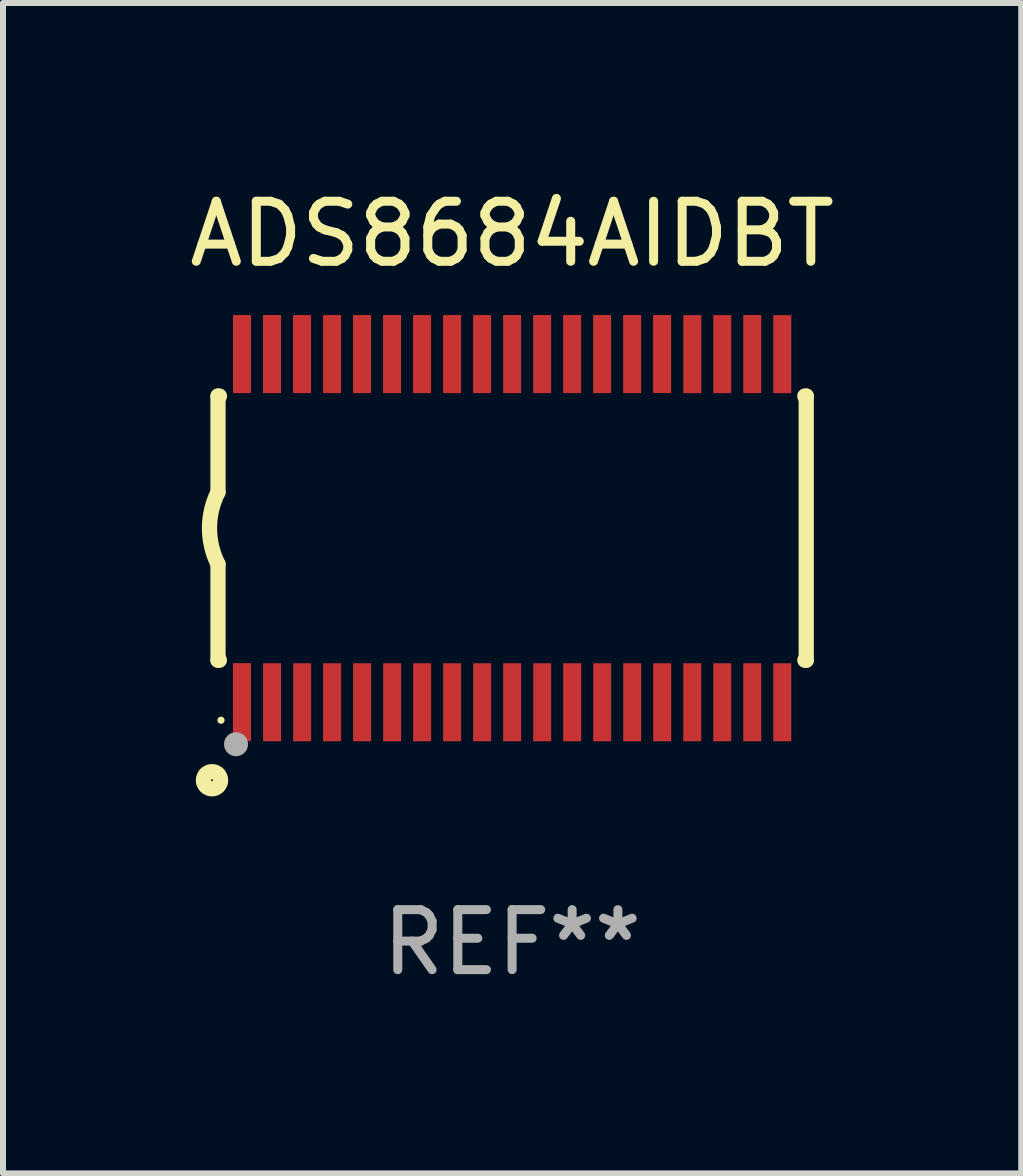
<source format=kicad_pcb>
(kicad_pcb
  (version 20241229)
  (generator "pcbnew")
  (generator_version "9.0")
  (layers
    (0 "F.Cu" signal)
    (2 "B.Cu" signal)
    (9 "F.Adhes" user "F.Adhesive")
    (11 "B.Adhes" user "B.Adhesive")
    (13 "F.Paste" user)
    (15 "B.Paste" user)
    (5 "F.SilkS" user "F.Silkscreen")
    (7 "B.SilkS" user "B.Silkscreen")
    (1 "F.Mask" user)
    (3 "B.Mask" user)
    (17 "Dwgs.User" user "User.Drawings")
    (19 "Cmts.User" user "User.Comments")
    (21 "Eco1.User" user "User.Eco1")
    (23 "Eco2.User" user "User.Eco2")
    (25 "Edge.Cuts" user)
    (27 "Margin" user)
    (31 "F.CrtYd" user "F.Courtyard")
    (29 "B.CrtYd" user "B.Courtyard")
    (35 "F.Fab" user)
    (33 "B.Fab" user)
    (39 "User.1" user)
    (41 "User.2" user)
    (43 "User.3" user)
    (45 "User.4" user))
  (footprint "ADS8684AIDBT"
    (layer "F.Cu")
    (at 5.482 5.749)
    (property "Reference" "ADS8684AIDBT" (at 0 -4.901 0) (layer "F.SilkS") (effects (font (size 1 1) (thickness 0.15))))
    (attr through_hole)
    (fp_line (start -4.9 -2.2) (end -4.9 -0.6) (stroke (width 0.254) (type solid)) (layer "F.SilkS"))
    (fp_line (start -4.9 -2.2) (end -4.876 -2.2) (stroke (width 0.254) (type solid)) (layer "F.SilkS"))
    (fp_line (start -4.9 2.2) (end -4.9 0.6) (stroke (width 0.254) (type solid)) (layer "F.SilkS"))
    (fp_line (start -4.9 2.2) (end -4.877 2.2) (stroke (width 0.254) (type solid)) (layer "F.SilkS"))
    (fp_line (start 4.876 -2.2) (end 4.9 -2.2) (stroke (width 0.254) (type solid)) (layer "F.SilkS"))
    (fp_line (start 4.877 2.2) (end 4.9 2.2) (stroke (width 0.254) (type solid)) (layer "F.SilkS"))
    (fp_line (start 4.9 -2.2) (end 4.9 2.2) (stroke (width 0.254) (type solid)) (layer "F.SilkS"))
    (fp_arc (start -4.900051 0.599822) (mid -5.041652 -0.000095) (end -4.9 -0.6) (stroke (width 0.254001) (type solid)) (layer "F.SilkS"))
    (fp_circle (center -5 4.2) (end -4.857 4.2) (stroke (width 0.254) (type solid)) (fill no) (layer "F.SilkS"))
    (fp_circle (center -4.85 3.2) (end -4.82 3.2) (stroke (width 0.06) (type solid)) (fill no) (layer "F.SilkS"))
    (fp_circle (center -4.6 3.6) (end -4.5 3.6) (stroke (width 0.2) (type solid)) (fill no) (layer "F.Fab"))
    (fp_text user "REF**" (at 0 6.901 0) (layer "F.Fab") (effects (font (size 1 1) (thickness 0.15))))
    (pad "1" smd rect (at -4.501 2.899 90) (size 1.3 0.3) (layers "F.Cu" "F.Mask" "F.Paste"))
    (pad "2" smd rect (at -3.999 2.901 90) (size 1.3 0.3) (layers "F.Cu" "F.Mask" "F.Paste"))
    (pad "3" smd rect (at -3.498 2.901 90) (size 1.3 0.3) (layers "F.Cu" "F.Mask" "F.Paste"))
    (pad "4" smd rect (at -2.999 2.901 90) (size 1.3 0.3) (layers "F.Cu" "F.Mask" "F.Paste"))
    (pad "5" smd rect (at -2.499 2.901 90) (size 1.3 0.3) (layers "F.Cu" "F.Mask" "F.Paste"))
    (pad "6" smd rect (at -1.999 2.901 90) (size 1.3 0.3) (layers "F.Cu" "F.Mask" "F.Paste"))
    (pad "7" smd rect (at -1.499 2.901 90) (size 1.3 0.3) (layers "F.Cu" "F.Mask" "F.Paste"))
    (pad "8" smd rect (at -0.999 2.901 90) (size 1.3 0.3) (layers "F.Cu" "F.Mask" "F.Paste"))
    (pad "9" smd rect (at -0.499 2.901 90) (size 1.3 0.3) (layers "F.Cu" "F.Mask" "F.Paste"))
    (pad "10" smd rect (at 0.001 2.901 90) (size 1.3 0.3) (layers "F.Cu" "F.Mask" "F.Paste"))
    (pad "11" smd rect (at 0.501 2.901 90) (size 1.3 0.3) (layers "F.Cu" "F.Mask" "F.Paste"))
    (pad "12" smd rect (at 1.001 2.901 90) (size 1.3 0.3) (layers "F.Cu" "F.Mask" "F.Paste"))
    (pad "13" smd rect (at 1.501 2.901 90) (size 1.3 0.3) (layers "F.Cu" "F.Mask" "F.Paste"))
    (pad "14" smd rect (at 2.001 2.901 90) (size 1.3 0.3) (layers "F.Cu" "F.Mask" "F.Paste"))
    (pad "15" smd rect (at 2.501 2.901 90) (size 1.3 0.3) (layers "F.Cu" "F.Mask" "F.Paste"))
    (pad "16" smd rect (at 3.001 2.901 90) (size 1.3 0.3) (layers "F.Cu" "F.Mask" "F.Paste"))
    (pad "17" smd rect (at 3.501 2.901 90) (size 1.3 0.3) (layers "F.Cu" "F.Mask" "F.Paste"))
    (pad "18" smd rect (at 4.001 2.901 90) (size 1.3 0.3) (layers "F.Cu" "F.Mask" "F.Paste"))
    (pad "19" smd rect (at 4.501 2.901 90) (size 1.3 0.3) (layers "F.Cu" "F.Mask" "F.Paste"))
    (pad "20" smd rect (at 4.501 -2.899 90) (size 1.3 0.3) (layers "F.Cu" "F.Mask" "F.Paste"))
    (pad "21" smd rect (at 4.001 -2.9 90) (size 1.3 0.3) (layers "F.Cu" "F.Mask" "F.Paste"))
    (pad "22" smd rect (at 3.501 -2.899 90) (size 1.3 0.3) (layers "F.Cu" "F.Mask" "F.Paste"))
    (pad "23" smd rect (at 3.002 -2.899 90) (size 1.3 0.3) (layers "F.Cu" "F.Mask" "F.Paste"))
    (pad "24" smd rect (at 2.499 -2.901 90) (size 1.3 0.3) (layers "F.Cu" "F.Mask" "F.Paste"))
    (pad "25" smd rect (at 2 -2.9 90) (size 1.3 0.3) (layers "F.Cu" "F.Mask" "F.Paste"))
    (pad "26" smd rect (at 1.5 -2.9 90) (size 1.3 0.3) (layers "F.Cu" "F.Mask" "F.Paste"))
    (pad "27" smd rect (at 1 -2.9 90) (size 1.3 0.3) (layers "F.Cu" "F.Mask" "F.Paste"))
    (pad "28" smd rect (at 0.5 -2.9 90) (size 1.3 0.3) (layers "F.Cu" "F.Mask" "F.Paste"))
    (pad "29" smd rect (at 0.000127 -2.9 90) (size 1.3 0.3) (layers "F.Cu" "F.Mask" "F.Paste"))
    (pad "30" smd rect (at -0.5 -2.9 90) (size 1.3 0.3) (layers "F.Cu" "F.Mask" "F.Paste"))
    (pad "31" smd rect (at -1 -2.9 90) (size 1.3 0.3) (layers "F.Cu" "F.Mask" "F.Paste"))
    (pad "32" smd rect (at -1.5 -2.9 90) (size 1.3 0.3) (layers "F.Cu" "F.Mask" "F.Paste"))
    (pad "33" smd rect (at -2 -2.9 90) (size 1.3 0.3) (layers "F.Cu" "F.Mask" "F.Paste"))
    (pad "34" smd rect (at -2.5 -2.9 90) (size 1.3 0.3) (layers "F.Cu" "F.Mask" "F.Paste"))
    (pad "35" smd rect (at -3 -2.9 90) (size 1.3 0.3) (layers "F.Cu" "F.Mask" "F.Paste"))
    (pad "36" smd rect (at -3.5 -2.9 90) (size 1.3 0.3) (layers "F.Cu" "F.Mask" "F.Paste"))
    (pad "37" smd rect (at -4 -2.9 90) (size 1.3 0.3) (layers "F.Cu" "F.Mask" "F.Paste"))
    (pad "38" smd rect (at -4.5 -2.9 90) (size 1.3 0.3) (layers "F.Cu" "F.Mask" "F.Paste")))
  (gr_rect
    (start -3 -3)
    (end 13.964 16.499)
    (stroke (width 0.1) (type default))
    (fill no)
    (layer "Edge.Cuts")))
</source>
